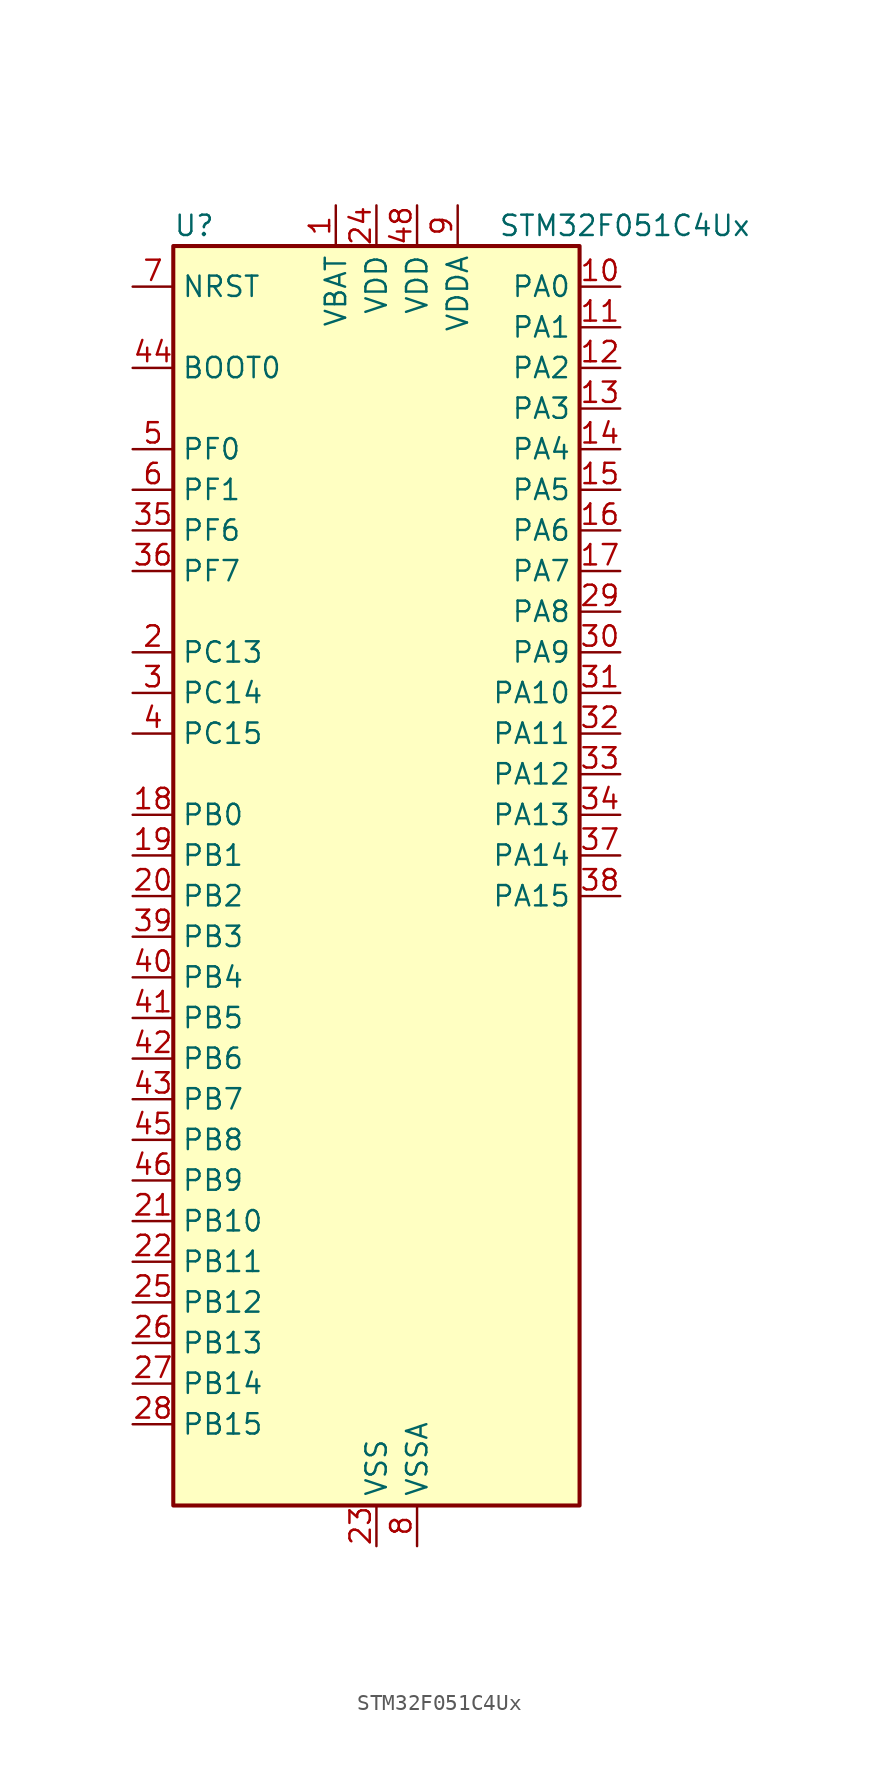
<source format=kicad_sym>
(kicad_symbol_lib
  (version 20220914)
  (generator kicad_symbol_editor)
  (symbol "STM32F051C4Ux"
    (property "Reference" "U"
      (at -12.7 41.91 0)
      (effects (font (size 1.27 1.27)) (justify left)))
    (property "Value" "STM32F051C4Ux"
      (at 7.62 41.91 0)
      (effects (font (size 1.27 1.27)) (justify left)))
    (property "ki_locked" ""
      (at 0 0 0)
      (effects (font (size 1.27 1.27))))
    (symbol "STM32F051C4Ux_0_1"
      (rectangle (start -12.7 -38.1) (end 12.7 40.64) (stroke (width 0.254) (type default)) (fill (type background))))
    (symbol "STM32F051C4Ux_1_1"
      (pin power_in line (at -2.54 43.18 270) (length 2.54) (name "VBAT" (effects (font (size 1.27 1.27)))) (number "1" (effects (font (size 1.27 1.27)))))
      (pin bidirectional line (at 15.24 38.1 180) (length 2.54) (name "PA0" (effects (font (size 1.27 1.27)))) (number "10" (effects (font (size 1.27 1.27)))) (alternate "ADC_IN0" bidirectional line) (alternate "COMP1_INM" bidirectional line) (alternate "COMP1_OUT" bidirectional line) (alternate "RTC_TAMP2" bidirectional line) (alternate "SYS_WKUP1" bidirectional line) (alternate "TIM2_CH1" bidirectional line) (alternate "TIM2_ETR" bidirectional line) (alternate "TSC_G1_IO1" bidirectional line))
      (pin bidirectional line (at 15.24 35.56 180) (length 2.54) (name "PA1" (effects (font (size 1.27 1.27)))) (number "11" (effects (font (size 1.27 1.27)))) (alternate "ADC_IN1" bidirectional line) (alternate "COMP1_INP" bidirectional line) (alternate "TIM2_CH2" bidirectional line) (alternate "TSC_G1_IO2" bidirectional line))
      (pin bidirectional line (at 15.24 33.02 180) (length 2.54) (name "PA2" (effects (font (size 1.27 1.27)))) (number "12" (effects (font (size 1.27 1.27)))) (alternate "ADC_IN2" bidirectional line) (alternate "COMP2_INM" bidirectional line) (alternate "COMP2_OUT" bidirectional line) (alternate "TIM15_CH1" bidirectional line) (alternate "TIM2_CH3" bidirectional line) (alternate "TSC_G1_IO3" bidirectional line))
      (pin bidirectional line (at 15.24 30.48 180) (length 2.54) (name "PA3" (effects (font (size 1.27 1.27)))) (number "13" (effects (font (size 1.27 1.27)))) (alternate "ADC_IN3" bidirectional line) (alternate "COMP2_INP" bidirectional line) (alternate "TIM15_CH2" bidirectional line) (alternate "TIM2_CH4" bidirectional line) (alternate "TSC_G1_IO4" bidirectional line))
      (pin bidirectional line (at 15.24 27.94 180) (length 2.54) (name "PA4" (effects (font (size 1.27 1.27)))) (number "14" (effects (font (size 1.27 1.27)))) (alternate "ADC_IN4" bidirectional line) (alternate "COMP1_INM" bidirectional line) (alternate "COMP2_INM" bidirectional line) (alternate "DAC1_OUT1" bidirectional line) (alternate "I2S1_WS" bidirectional line) (alternate "SPI1_NSS" bidirectional line) (alternate "TIM14_CH1" bidirectional line) (alternate "TSC_G2_IO1" bidirectional line))
      (pin bidirectional line (at 15.24 25.4 180) (length 2.54) (name "PA5" (effects (font (size 1.27 1.27)))) (number "15" (effects (font (size 1.27 1.27)))) (alternate "ADC_IN5" bidirectional line) (alternate "CEC" bidirectional line) (alternate "COMP1_INM" bidirectional line) (alternate "COMP2_INM" bidirectional line) (alternate "I2S1_CK" bidirectional line) (alternate "SPI1_SCK" bidirectional line) (alternate "TIM2_CH1" bidirectional line) (alternate "TIM2_ETR" bidirectional line) (alternate "TSC_G2_IO2" bidirectional line))
      (pin bidirectional line (at 15.24 22.86 180) (length 2.54) (name "PA6" (effects (font (size 1.27 1.27)))) (number "16" (effects (font (size 1.27 1.27)))) (alternate "ADC_IN6" bidirectional line) (alternate "COMP1_OUT" bidirectional line) (alternate "I2S1_MCK" bidirectional line) (alternate "SPI1_MISO" bidirectional line) (alternate "TIM16_CH1" bidirectional line) (alternate "TIM1_BKIN" bidirectional line) (alternate "TIM3_CH1" bidirectional line) (alternate "TSC_G2_IO3" bidirectional line))
      (pin bidirectional line (at 15.24 20.32 180) (length 2.54) (name "PA7" (effects (font (size 1.27 1.27)))) (number "17" (effects (font (size 1.27 1.27)))) (alternate "ADC_IN7" bidirectional line) (alternate "COMP2_OUT" bidirectional line) (alternate "I2S1_SD" bidirectional line) (alternate "SPI1_MOSI" bidirectional line) (alternate "TIM14_CH1" bidirectional line) (alternate "TIM17_CH1" bidirectional line) (alternate "TIM1_CH1N" bidirectional line) (alternate "TIM3_CH2" bidirectional line) (alternate "TSC_G2_IO4" bidirectional line))
      (pin bidirectional line (at -15.24 5.08 0) (length 2.54) (name "PB0" (effects (font (size 1.27 1.27)))) (number "18" (effects (font (size 1.27 1.27)))) (alternate "ADC_IN8" bidirectional line) (alternate "TIM1_CH2N" bidirectional line) (alternate "TIM3_CH3" bidirectional line) (alternate "TSC_G3_IO2" bidirectional line))
      (pin bidirectional line (at -15.24 2.54 0) (length 2.54) (name "PB1" (effects (font (size 1.27 1.27)))) (number "19" (effects (font (size 1.27 1.27)))) (alternate "ADC_IN9" bidirectional line) (alternate "TIM14_CH1" bidirectional line) (alternate "TIM1_CH3N" bidirectional line) (alternate "TIM3_CH4" bidirectional line) (alternate "TSC_G3_IO3" bidirectional line))
      (pin bidirectional line (at -15.24 15.24 0) (length 2.54) (name "PC13" (effects (font (size 1.27 1.27)))) (number "2" (effects (font (size 1.27 1.27)))) (alternate "RTC_OUT_ALARM" bidirectional line) (alternate "RTC_OUT_CALIB" bidirectional line) (alternate "RTC_TAMP1" bidirectional line) (alternate "RTC_TS" bidirectional line) (alternate "SYS_WKUP2" bidirectional line))
      (pin bidirectional line (at -15.24 0 0) (length 2.54) (name "PB2" (effects (font (size 1.27 1.27)))) (number "20" (effects (font (size 1.27 1.27)))) (alternate "TSC_G3_IO4" bidirectional line))
      (pin bidirectional line (at -15.24 -20.32 0) (length 2.54) (name "PB10" (effects (font (size 1.27 1.27)))) (number "21" (effects (font (size 1.27 1.27)))) (alternate "CEC" bidirectional line) (alternate "TIM2_CH3" bidirectional line) (alternate "TSC_SYNC" bidirectional line))
      (pin bidirectional line (at -15.24 -22.86 0) (length 2.54) (name "PB11" (effects (font (size 1.27 1.27)))) (number "22" (effects (font (size 1.27 1.27)))) (alternate "TIM2_CH4" bidirectional line) (alternate "TSC_G6_IO1" bidirectional line))
      (pin power_in line (at 0 -40.64 90) (length 2.54) (name "VSS" (effects (font (size 1.27 1.27)))) (number "23" (effects (font (size 1.27 1.27)))))
      (pin power_in line (at 0 43.18 270) (length 2.54) (name "VDD" (effects (font (size 1.27 1.27)))) (number "24" (effects (font (size 1.27 1.27)))))
      (pin bidirectional line (at -15.24 -25.4 0) (length 2.54) (name "PB12" (effects (font (size 1.27 1.27)))) (number "25" (effects (font (size 1.27 1.27)))) (alternate "TIM1_BKIN" bidirectional line) (alternate "TSC_G6_IO2" bidirectional line))
      (pin bidirectional line (at -15.24 -27.94 0) (length 2.54) (name "PB13" (effects (font (size 1.27 1.27)))) (number "26" (effects (font (size 1.27 1.27)))) (alternate "TIM1_CH1N" bidirectional line) (alternate "TSC_G6_IO3" bidirectional line))
      (pin bidirectional line (at -15.24 -30.48 0) (length 2.54) (name "PB14" (effects (font (size 1.27 1.27)))) (number "27" (effects (font (size 1.27 1.27)))) (alternate "TIM15_CH1" bidirectional line) (alternate "TIM1_CH2N" bidirectional line) (alternate "TSC_G6_IO4" bidirectional line))
      (pin bidirectional line (at -15.24 -33.02 0) (length 2.54) (name "PB15" (effects (font (size 1.27 1.27)))) (number "28" (effects (font (size 1.27 1.27)))) (alternate "RTC_REFIN" bidirectional line) (alternate "TIM15_CH1N" bidirectional line) (alternate "TIM15_CH2" bidirectional line) (alternate "TIM1_CH3N" bidirectional line))
      (pin bidirectional line (at 15.24 17.78 180) (length 2.54) (name "PA8" (effects (font (size 1.27 1.27)))) (number "29" (effects (font (size 1.27 1.27)))) (alternate "RCC_MCO" bidirectional line) (alternate "TIM1_CH1" bidirectional line) (alternate "USART1_CK" bidirectional line))
      (pin bidirectional line (at -15.24 12.7 0) (length 2.54) (name "PC14" (effects (font (size 1.27 1.27)))) (number "3" (effects (font (size 1.27 1.27)))) (alternate "RCC_OSC32_IN" bidirectional line))
      (pin bidirectional line (at 15.24 15.24 180) (length 2.54) (name "PA9" (effects (font (size 1.27 1.27)))) (number "30" (effects (font (size 1.27 1.27)))) (alternate "DAC1_EXTI9" bidirectional line) (alternate "TIM15_BKIN" bidirectional line) (alternate "TIM1_CH2" bidirectional line) (alternate "TSC_G4_IO1" bidirectional line) (alternate "USART1_TX" bidirectional line))
      (pin bidirectional line (at 15.24 12.7 180) (length 2.54) (name "PA10" (effects (font (size 1.27 1.27)))) (number "31" (effects (font (size 1.27 1.27)))) (alternate "TIM17_BKIN" bidirectional line) (alternate "TIM1_CH3" bidirectional line) (alternate "TSC_G4_IO2" bidirectional line) (alternate "USART1_RX" bidirectional line))
      (pin bidirectional line (at 15.24 10.16 180) (length 2.54) (name "PA11" (effects (font (size 1.27 1.27)))) (number "32" (effects (font (size 1.27 1.27)))) (alternate "COMP1_OUT" bidirectional line) (alternate "TIM1_CH4" bidirectional line) (alternate "TSC_G4_IO3" bidirectional line) (alternate "USART1_CTS" bidirectional line))
      (pin bidirectional line (at 15.24 7.62 180) (length 2.54) (name "PA12" (effects (font (size 1.27 1.27)))) (number "33" (effects (font (size 1.27 1.27)))) (alternate "COMP2_OUT" bidirectional line) (alternate "TIM1_ETR" bidirectional line) (alternate "TSC_G4_IO4" bidirectional line) (alternate "USART1_DE" bidirectional line) (alternate "USART1_RTS" bidirectional line))
      (pin bidirectional line (at 15.24 5.08 180) (length 2.54) (name "PA13" (effects (font (size 1.27 1.27)))) (number "34" (effects (font (size 1.27 1.27)))) (alternate "IR_OUT" bidirectional line) (alternate "SYS_SWDIO" bidirectional line))
      (pin bidirectional line (at -15.24 22.86 0) (length 2.54) (name "PF6" (effects (font (size 1.27 1.27)))) (number "35" (effects (font (size 1.27 1.27)))))
      (pin bidirectional line (at -15.24 20.32 0) (length 2.54) (name "PF7" (effects (font (size 1.27 1.27)))) (number "36" (effects (font (size 1.27 1.27)))))
      (pin bidirectional line (at 15.24 2.54 180) (length 2.54) (name "PA14" (effects (font (size 1.27 1.27)))) (number "37" (effects (font (size 1.27 1.27)))) (alternate "SYS_SWCLK" bidirectional line))
      (pin bidirectional line (at 15.24 0 180) (length 2.54) (name "PA15" (effects (font (size 1.27 1.27)))) (number "38" (effects (font (size 1.27 1.27)))) (alternate "I2S1_WS" bidirectional line) (alternate "SPI1_NSS" bidirectional line) (alternate "TIM2_CH1" bidirectional line) (alternate "TIM2_ETR" bidirectional line))
      (pin bidirectional line (at -15.24 -2.54 0) (length 2.54) (name "PB3" (effects (font (size 1.27 1.27)))) (number "39" (effects (font (size 1.27 1.27)))) (alternate "I2S1_CK" bidirectional line) (alternate "SPI1_SCK" bidirectional line) (alternate "TIM2_CH2" bidirectional line) (alternate "TSC_G5_IO1" bidirectional line))
      (pin bidirectional line (at -15.24 10.16 0) (length 2.54) (name "PC15" (effects (font (size 1.27 1.27)))) (number "4" (effects (font (size 1.27 1.27)))) (alternate "RCC_OSC32_OUT" bidirectional line))
      (pin bidirectional line (at -15.24 -5.08 0) (length 2.54) (name "PB4" (effects (font (size 1.27 1.27)))) (number "40" (effects (font (size 1.27 1.27)))) (alternate "I2S1_MCK" bidirectional line) (alternate "SPI1_MISO" bidirectional line) (alternate "TIM3_CH1" bidirectional line) (alternate "TSC_G5_IO2" bidirectional line))
      (pin bidirectional line (at -15.24 -7.62 0) (length 2.54) (name "PB5" (effects (font (size 1.27 1.27)))) (number "41" (effects (font (size 1.27 1.27)))) (alternate "I2C1_SMBA" bidirectional line) (alternate "I2S1_SD" bidirectional line) (alternate "SPI1_MOSI" bidirectional line) (alternate "TIM16_BKIN" bidirectional line) (alternate "TIM3_CH2" bidirectional line))
      (pin bidirectional line (at -15.24 -10.16 0) (length 2.54) (name "PB6" (effects (font (size 1.27 1.27)))) (number "42" (effects (font (size 1.27 1.27)))) (alternate "I2C1_SCL" bidirectional line) (alternate "TIM16_CH1N" bidirectional line) (alternate "TSC_G5_IO3" bidirectional line) (alternate "USART1_TX" bidirectional line))
      (pin bidirectional line (at -15.24 -12.7 0) (length 2.54) (name "PB7" (effects (font (size 1.27 1.27)))) (number "43" (effects (font (size 1.27 1.27)))) (alternate "I2C1_SDA" bidirectional line) (alternate "TIM17_CH1N" bidirectional line) (alternate "TSC_G5_IO4" bidirectional line) (alternate "USART1_RX" bidirectional line))
      (pin input line (at -15.24 33.02 0) (length 2.54) (name "BOOT0" (effects (font (size 1.27 1.27)))) (number "44" (effects (font (size 1.27 1.27)))))
      (pin bidirectional line (at -15.24 -15.24 0) (length 2.54) (name "PB8" (effects (font (size 1.27 1.27)))) (number "45" (effects (font (size 1.27 1.27)))) (alternate "CEC" bidirectional line) (alternate "I2C1_SCL" bidirectional line) (alternate "TIM16_CH1" bidirectional line) (alternate "TSC_SYNC" bidirectional line))
      (pin bidirectional line (at -15.24 -17.78 0) (length 2.54) (name "PB9" (effects (font (size 1.27 1.27)))) (number "46" (effects (font (size 1.27 1.27)))) (alternate "DAC1_EXTI9" bidirectional line) (alternate "I2C1_SDA" bidirectional line) (alternate "IR_OUT" bidirectional line) (alternate "TIM17_CH1" bidirectional line))
      (pin passive line (at 0 -40.64 90) (length 2.54) hide (name "VSS" (effects (font (size 1.27 1.27)))) (number "47" (effects (font (size 1.27 1.27)))))
      (pin power_in line (at 2.54 43.18 270) (length 2.54) (name "VDD" (effects (font (size 1.27 1.27)))) (number "48" (effects (font (size 1.27 1.27)))))
      (pin passive line (at 0 -40.64 90) (length 2.54) hide (name "VSS" (effects (font (size 1.27 1.27)))) (number "49" (effects (font (size 1.27 1.27)))))
      (pin bidirectional line (at -15.24 27.94 0) (length 2.54) (name "PF0" (effects (font (size 1.27 1.27)))) (number "5" (effects (font (size 1.27 1.27)))) (alternate "RCC_OSC_IN" bidirectional line))
      (pin bidirectional line (at -15.24 25.4 0) (length 2.54) (name "PF1" (effects (font (size 1.27 1.27)))) (number "6" (effects (font (size 1.27 1.27)))) (alternate "RCC_OSC_OUT" bidirectional line))
      (pin input line (at -15.24 38.1 0) (length 2.54) (name "NRST" (effects (font (size 1.27 1.27)))) (number "7" (effects (font (size 1.27 1.27)))))
      (pin power_in line (at 2.54 -40.64 90) (length 2.54) (name "VSSA" (effects (font (size 1.27 1.27)))) (number "8" (effects (font (size 1.27 1.27)))))
      (pin power_in line (at 5.08 43.18 270) (length 2.54) (name "VDDA" (effects (font (size 1.27 1.27)))) (number "9" (effects (font (size 1.27 1.27))))))))
</source>
